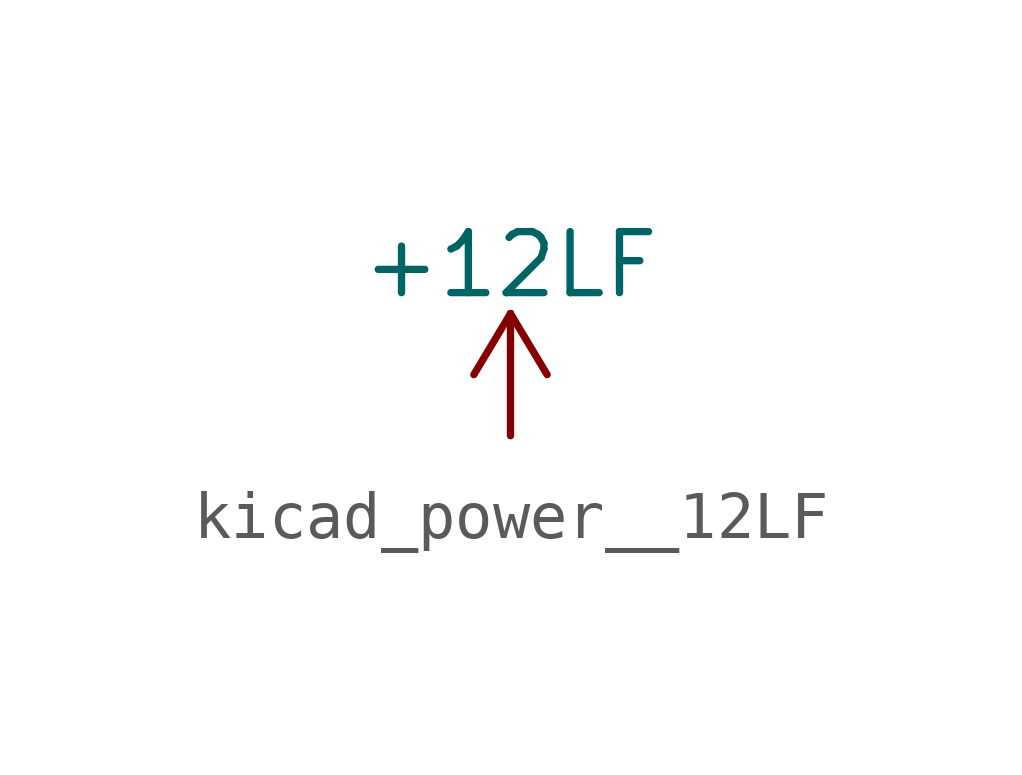
<source format=kicad_sym>
(kicad_symbol_lib
  (version 20220914)
  (generator kicad_symbol_editor)
  (symbol "kicad_power__12LF"
    (power)
    (pin_names
      (offset 0))
    (property "Reference" "#PWR"
      (at 0 -3.81 0)
      (effects (font (size 1.27 1.27)) hide))
    (property "Value" "+12LF"
      (at 0 3.556 0)
      (effects (font (size 1.27 1.27))))
    (symbol "kicad_power__12LF_0_1"
      (polyline (pts (xy -0.762 1.27) (xy 0 2.54)) (stroke (width 0) (type default)) (fill (type none)))
      (polyline (pts (xy 0 0) (xy 0 2.54)) (stroke (width 0) (type default)) (fill (type none)))
      (polyline (pts (xy 0 2.54) (xy 0.762 1.27)) (stroke (width 0) (type default)) (fill (type none))))
    (symbol "kicad_power__12LF_1_1"
      (pin power_in line (at 0 0 90) (length 0) hide (name "+12LF" (effects (font (size 1.27 1.27)))) (number "1" (effects (font (size 1.27 1.27))))))))
</source>
